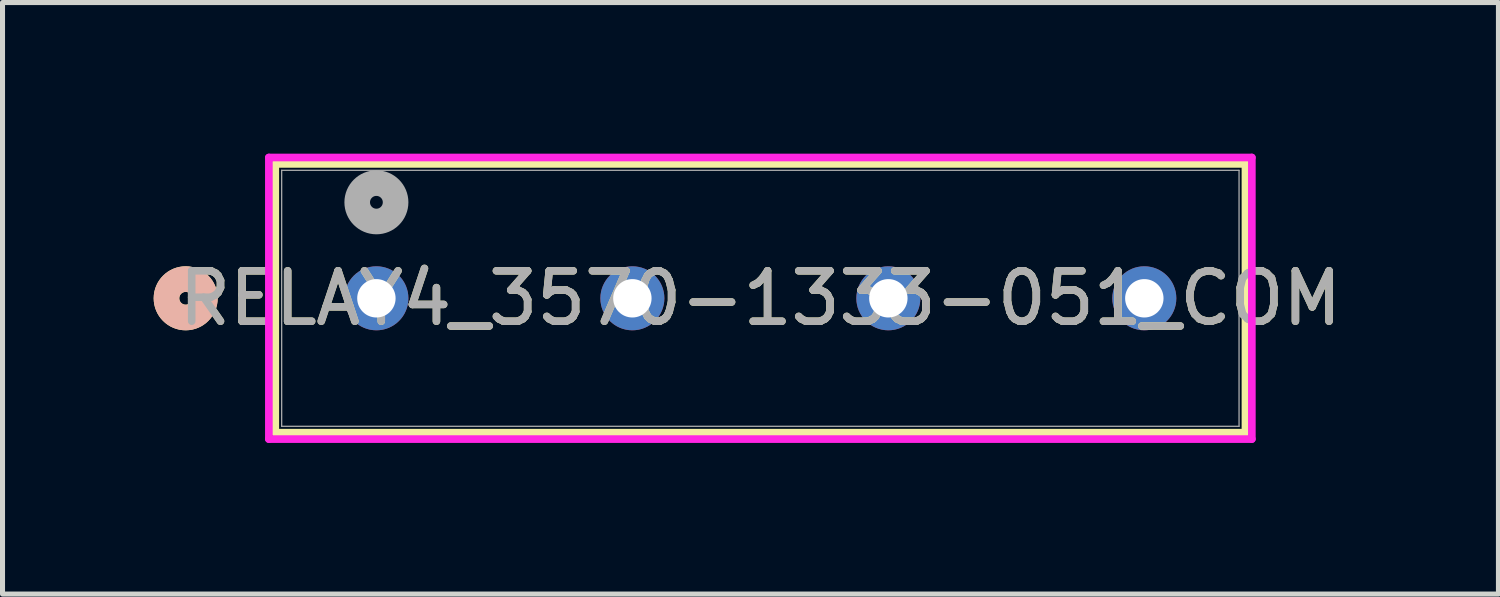
<source format=kicad_pcb>
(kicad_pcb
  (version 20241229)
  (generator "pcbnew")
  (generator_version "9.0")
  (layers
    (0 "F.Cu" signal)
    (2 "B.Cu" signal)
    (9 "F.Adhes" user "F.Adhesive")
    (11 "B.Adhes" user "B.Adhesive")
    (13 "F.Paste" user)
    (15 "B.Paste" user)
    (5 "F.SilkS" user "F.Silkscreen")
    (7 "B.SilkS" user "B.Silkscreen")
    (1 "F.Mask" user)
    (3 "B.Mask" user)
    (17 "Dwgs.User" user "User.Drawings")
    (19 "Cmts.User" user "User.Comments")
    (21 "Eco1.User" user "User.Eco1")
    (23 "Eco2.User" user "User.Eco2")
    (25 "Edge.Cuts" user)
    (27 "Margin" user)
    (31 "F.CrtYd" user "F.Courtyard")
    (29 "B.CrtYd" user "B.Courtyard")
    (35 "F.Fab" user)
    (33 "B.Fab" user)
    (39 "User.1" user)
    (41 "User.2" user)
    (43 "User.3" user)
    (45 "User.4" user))
  (footprint "RELAY4_3570-1333-051_COM"
    (layer "F.Cu")
    (at 4.42 2.87)
    (property "Reference" "RELAY4_3570-1333-051_COM" (at 7.62 0 0) (unlocked yes) (layer "F.SilkS") (effects (font (size 1 1) (thickness 0.15))))
    (attr through_hole)
    (fp_line (start -2.007 -2.667) (end -2.007 2.667) (stroke (width 0.152) (type solid)) (layer "F.SilkS"))
    (fp_line (start -2.007 2.667) (end 17.247 2.667) (stroke (width 0.152) (type solid)) (layer "F.SilkS"))
    (fp_line (start 17.247 -2.667) (end -2.007 -2.667) (stroke (width 0.152) (type solid)) (layer "F.SilkS"))
    (fp_line (start 17.247 2.667) (end 17.247 -2.667) (stroke (width 0.152) (type solid)) (layer "F.SilkS"))
    (fp_circle (center -3.785 0) (end -3.404 0) (stroke (width 0.508) (type solid)) (fill no) (layer "F.SilkS"))
    (fp_circle (center -3.785 0) (end -3.404 0) (stroke (width 0.508) (type solid)) (fill no) (layer "B.SilkS"))
    (fp_line (start -2.134 -2.794) (end -2.134 2.794) (stroke (width 0.152) (type solid)) (layer "F.CrtYd"))
    (fp_line (start -2.134 2.794) (end 17.374 2.794) (stroke (width 0.152) (type solid)) (layer "F.CrtYd"))
    (fp_line (start 17.374 -2.794) (end -2.134 -2.794) (stroke (width 0.152) (type solid)) (layer "F.CrtYd"))
    (fp_line (start 17.374 2.794) (end 17.374 -2.794) (stroke (width 0.152) (type solid)) (layer "F.CrtYd"))
    (fp_line (start -1.88 -2.54) (end -1.88 2.54) (stroke (width 0.025) (type solid)) (layer "F.Fab"))
    (fp_line (start -1.88 2.54) (end 17.12 2.54) (stroke (width 0.025) (type solid)) (layer "F.Fab"))
    (fp_line (start 17.12 -2.54) (end -1.88 -2.54) (stroke (width 0.025) (type solid)) (layer "F.Fab"))
    (fp_line (start 17.12 2.54) (end 17.12 -2.54) (stroke (width 0.025) (type solid)) (layer "F.Fab"))
    (fp_circle (center 0 -1.905) (end 0.381 -1.905) (stroke (width 0.508) (type solid)) (fill no) (layer "F.Fab"))
    (fp_text user "${REFERENCE}" (at 7.62 0 0) (unlocked yes) (layer "F.Fab") (effects (font (size 1 1) (thickness 0.15))))
    (pad "1" thru_hole circle (at 0 0) (size 1.27 1.27) (drill 0.762) (layers "*.Cu" "*.Mask"))
    (pad "2" thru_hole circle (at 5.08 0) (size 1.27 1.27) (drill 0.762) (layers "*.Cu" "*.Mask"))
    (pad "3" thru_hole circle (at 10.16 0) (size 1.27 1.27) (drill 0.762) (layers "*.Cu" "*.Mask"))
    (pad "4" thru_hole circle (at 15.24 0) (size 1.27 1.27) (drill 0.762) (layers "*.Cu" "*.Mask")))
  (gr_rect
    (start -3 -3)
    (end 26.688 8.74)
    (stroke (width 0.1) (type default))
    (fill no)
    (layer "Edge.Cuts")))
</source>
